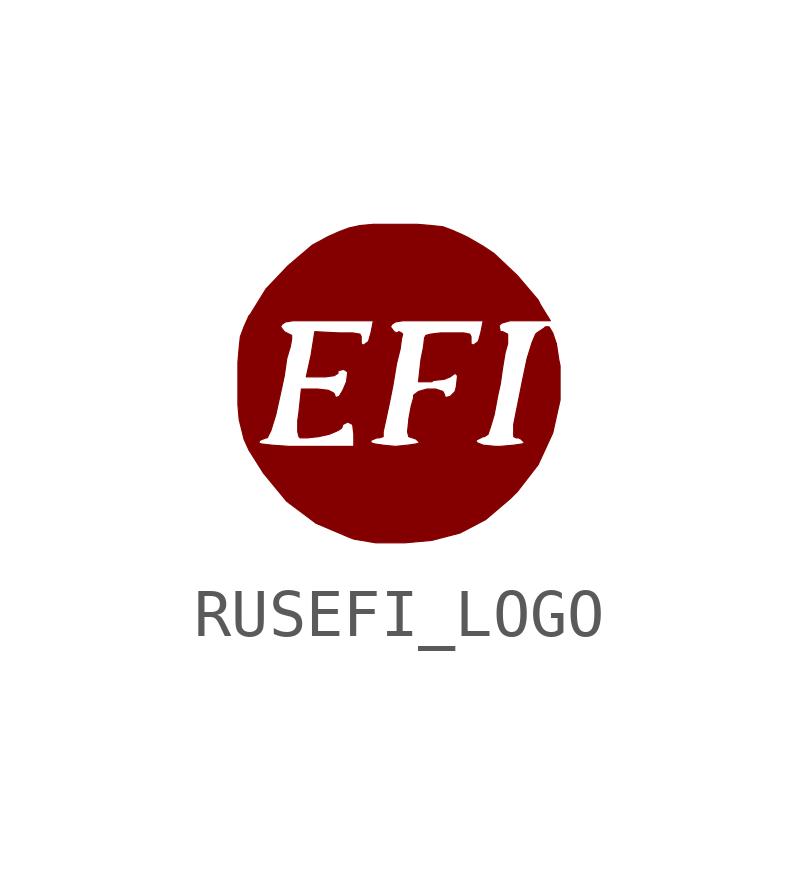
<source format=kicad_sym>
(kicad_symbol_lib
  (version 20210619)
  (generator kicad_symbol_editor)
  (symbol "rusefi_logo:RUSEFI_LOGO"
    (pin_names
      (offset 1.016))
    (property "Reference" "G"
      (at 0 -2.616 0)
      (effects (font (size 1.524 1.524)) hide))
    (symbol "RUSEFI_LOGO_0_0"
      (polyline (pts (xy 3.353 0.406) (xy 3.327 0.533) (xy 3.277 0.864) (xy 3.2 1.092) (xy 3.124 1.219) (xy 3.048 1.219) (xy 3.023 1.194) (xy 2.87 1.092) (xy 2.845 1.067) (xy 2.769 0.889) (xy 2.667 0.559) (xy 2.565 0.076) (xy 2.515 -0.178) (xy 2.438 -0.559) (xy 2.388 -0.813) (xy 2.388 -0.991) (xy 2.388 -1.067) (xy 2.438 -1.092) (xy 2.489 -1.092) (xy 2.54 -1.118) (xy 2.616 -1.194) (xy 2.565 -1.219) (xy 2.388 -1.245) (xy 2.108 -1.27) (xy 2.007 -1.27) (xy 1.753 -1.245) (xy 1.626 -1.194) (xy 1.6 -1.143) (xy 1.753 -1.067) (xy 1.778 -1.067) (xy 1.854 -1.016) (xy 1.905 -0.864) (xy 1.981 -0.61) (xy 2.057 -0.203) (xy 2.108 0.025) (xy 2.159 0.381) (xy 2.21 0.686) (xy 2.261 0.864) (xy 2.261 0.914) (xy 2.261 1.067) (xy 2.159 1.118) (xy 2.108 1.118) (xy 2.083 1.245) (xy 2.134 1.295) (xy 2.311 1.346) (xy 2.642 1.346) (xy 3.15 1.346) (xy 2.946 1.676) (xy 2.896 1.778) (xy 2.464 2.286) (xy 1.981 2.743) (xy 1.753 2.896) (xy 1.753 1.346) (xy 1.702 1.092) (xy 1.651 0.914) (xy 1.549 0.838) (xy 1.499 0.864) (xy 1.499 0.991) (xy 1.499 1.016) (xy 1.473 1.067) (xy 1.346 1.092) (xy 1.067 1.092) (xy 0.864 1.092) (xy 0.66 1.067) (xy 0.559 1.041) (xy 0.533 0.991) (xy 0.508 0.787) (xy 0.457 0.533) (xy 0.406 0.076) (xy 0.686 0.076) (xy 0.711 0.102) (xy 0.94 0.127) (xy 1.067 0.178) (xy 1.168 0.254) (xy 1.219 0.203) (xy 1.194 -0.025) (xy 1.168 -0.127) (xy 1.067 -0.229) (xy 0.965 -0.254) (xy 0.94 -0.178) (xy 0.914 -0.127) (xy 0.762 -0.076) (xy 0.584 -0.076) (xy 0.406 -0.127) (xy 0.305 -0.203) (xy 0.305 -0.254) (xy 0.254 -0.432) (xy 0.203 -0.711) (xy 0.203 -0.737) (xy 0.178 -0.965) (xy 0.203 -1.067) (xy 0.279 -1.092) (xy 0.356 -1.118) (xy 0.432 -1.194) (xy 0.356 -1.219) (xy 0.178 -1.245) (xy -0.076 -1.27) (xy -0.33 -1.245) (xy -0.508 -1.219) (xy -0.584 -1.194) (xy -0.584 -1.143) (xy -0.457 -1.092) (xy -0.406 -1.092) (xy -0.33 -1.067) (xy -0.33 -0.965) (xy -0.279 -0.737) (xy -0.203 -0.381) (xy -0.127 0) (xy -0.051 0.457) (xy 0.025 0.762) (xy 0.051 0.965) (xy 0.076 1.067) (xy 0.051 1.092) (xy 0 1.118) (xy -0.051 1.092) (xy -0.102 1.118) (xy -0.178 1.219) (xy -0.152 1.27) (xy -0.076 1.321) (xy 0.076 1.346) (xy 0.356 1.346) (xy 0.787 1.346) (xy 1.753 1.346) (xy 1.753 2.896) (xy 1.448 3.073) (xy 1.346 3.124) (xy 1.118 3.226) (xy 0.914 3.302) (xy 0.686 3.327) (xy 0.381 3.353) (xy -0.051 3.353) (xy -0.102 3.353) (xy -0.508 3.353) (xy -0.533 3.353) (xy -0.533 1.346) (xy -0.584 1.092) (xy -0.635 0.914) (xy -0.737 0.838) (xy -0.787 0.864) (xy -0.787 0.965) (xy -0.787 1.016) (xy -0.813 1.067) (xy -0.965 1.092) (xy -1.245 1.092) (xy -1.753 1.118) (xy -1.829 0.635) (xy -1.93 0.178) (xy -1.6 0.178) (xy -1.524 0.178) (xy -1.346 0.203) (xy -1.27 0.254) (xy -1.27 0.305) (xy -1.168 0.33) (xy -1.143 0.33) (xy -1.067 0.279) (xy -1.092 0.076) (xy -1.168 -0.102) (xy -1.245 -0.229) (xy -1.321 -0.254) (xy -1.346 -0.178) (xy -1.372 -0.152) (xy -1.473 -0.102) (xy -1.702 -0.076) (xy -2.032 -0.076) (xy -2.083 -0.559) (xy -2.108 -0.737) (xy -2.108 -0.965) (xy -2.083 -1.067) (xy -2.057 -1.092) (xy -1.905 -1.092) (xy -1.676 -1.067) (xy -1.448 -1.016) (xy -1.27 -0.94) (xy -1.194 -0.889) (xy -1.168 -0.813) (xy -1.067 -0.762) (xy -0.965 -0.813) (xy -0.94 -1.016) (xy -0.94 -1.27) (xy -1.956 -1.27) (xy -2.286 -1.27) (xy -2.642 -1.245) (xy -2.87 -1.219) (xy -2.921 -1.194) (xy -2.896 -1.143) (xy -2.769 -1.092) (xy -2.743 -1.092) (xy -2.667 -0.94) (xy -2.565 -0.61) (xy -2.464 -0.152) (xy -2.388 0.203) (xy -2.337 0.559) (xy -2.261 0.813) (xy -2.235 0.965) (xy -2.235 1.041) (xy -2.337 1.092) (xy -2.388 1.118) (xy -2.464 1.219) (xy -2.438 1.27) (xy -2.362 1.321) (xy -2.21 1.346) (xy -1.93 1.346) (xy -1.499 1.346) (xy -0.533 1.346) (xy -0.533 3.353) (xy -0.813 3.327) (xy -1.041 3.277) (xy -1.245 3.2) (xy -1.473 3.099) (xy -1.803 2.921) (xy -2.311 2.489) (xy -2.769 2.007) (xy -3.099 1.473) (xy -3.124 1.448) (xy -3.226 1.219) (xy -3.302 1.016) (xy -3.327 0.787) (xy -3.353 0.483) (xy -3.353 0.051) (xy -3.353 0) (xy -3.353 -0.406) (xy -3.327 -0.711) (xy -3.277 -0.914) (xy -3.226 -1.118) (xy -3.124 -1.346) (xy -2.819 -1.829) (xy -2.337 -2.413) (xy -1.727 -2.87) (xy -1.067 -3.15) (xy -0.94 -3.2) (xy -0.483 -3.277) (xy 0.127 -3.277) (xy 0.686 -3.226) (xy 1.27 -3.073) (xy 1.803 -2.794) (xy 2.311 -2.362) (xy 2.464 -2.21) (xy 2.896 -1.651) (xy 3.2 -0.991) (xy 3.353 -0.305) (xy 3.353 0.406) (xy 3.353 0.406)) (stroke (width 0.025)) (fill (type outline))))))
</source>
